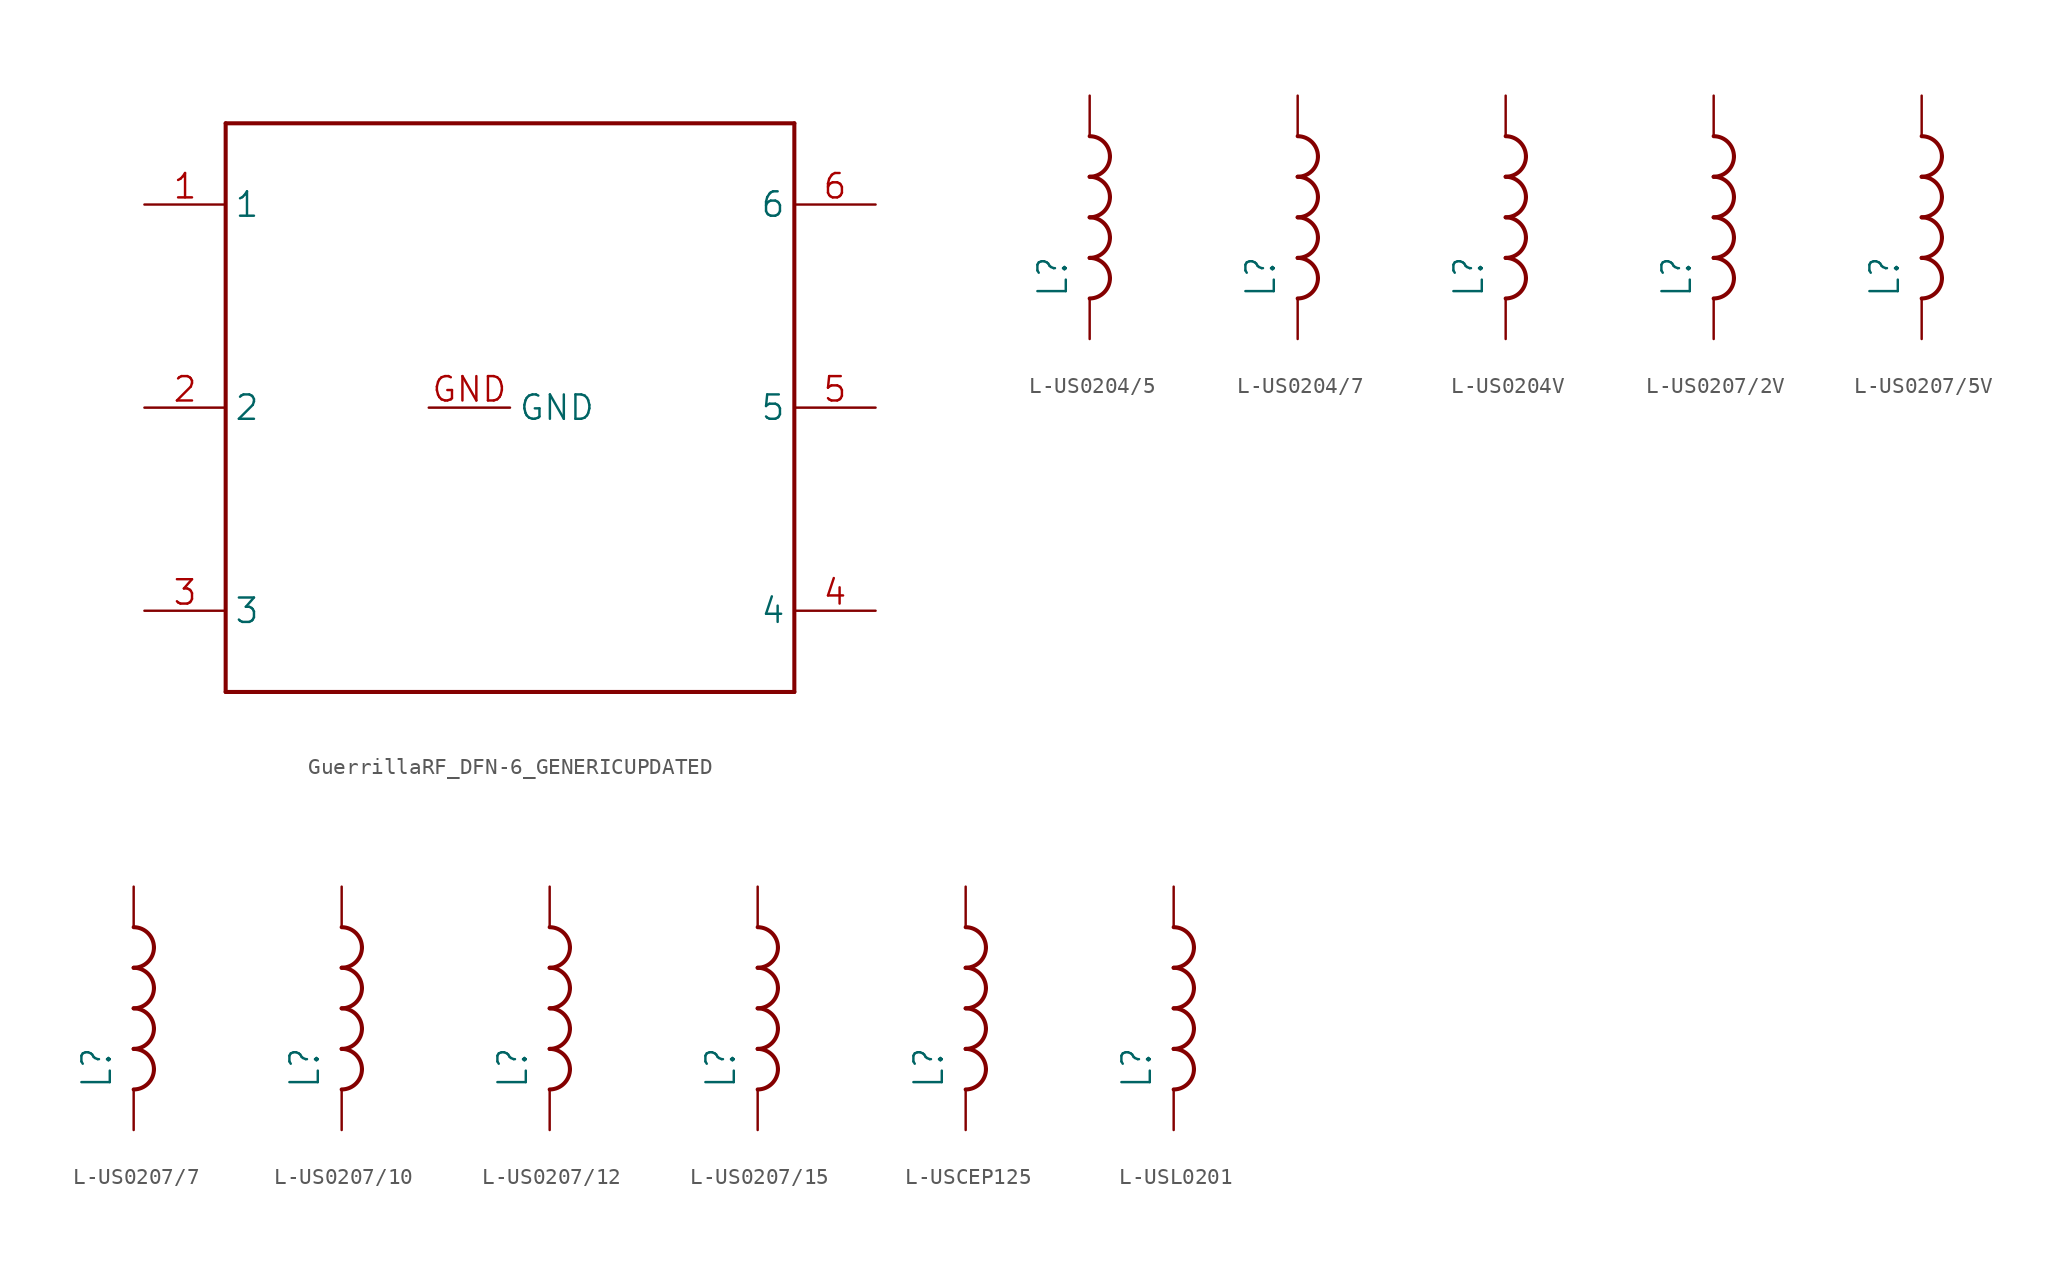
<source format=kicad_sym>
(kicad_symbol_lib
  (version 20241209)
  (generator "kicad_symbol_editor")
  (generator_version "9.0")
  (symbol "GuerrillaRF_DFN-6_GENERICUPDATED"
    (property "Reference" ""
      (at 0 0 0)
      (effects (font (size 1.27 1.27)) (hide yes)))
    (property "ki_locked" ""
      (at 0 0 0)
      (effects (font (size 1.27 1.27))))
    (symbol "GuerrillaRF_DFN-6_GENERICUPDATED_1_0"
      (polyline (pts (xy -17.78 17.78) (xy -17.78 -17.78)) (stroke (width 0.254) (type solid)) (fill (type none)))
      (polyline (pts (xy -17.78 -17.78) (xy 17.78 -17.78)) (stroke (width 0.254) (type solid)) (fill (type none)))
      (polyline (pts (xy 17.78 17.78) (xy -17.78 17.78)) (stroke (width 0.254) (type solid)) (fill (type none)))
      (polyline (pts (xy 17.78 -17.78) (xy 17.78 17.78)) (stroke (width 0.254) (type solid)) (fill (type none)))
      (pin bidirectional line (at -22.86 12.7 0) (length 5.08) (name "1" (effects (font (size 1.524 1.524)))) (number "1" (effects (font (size 1.524 1.524)))))
      (pin bidirectional line (at -22.86 0 0) (length 5.08) (name "2" (effects (font (size 1.524 1.524)))) (number "2" (effects (font (size 1.524 1.524)))))
      (pin bidirectional line (at -22.86 -12.7 0) (length 5.08) (name "3" (effects (font (size 1.524 1.524)))) (number "3" (effects (font (size 1.524 1.524)))))
      (pin bidirectional line (at -5.08 0 0) (length 5.08) (name "GND" (effects (font (size 1.524 1.524)))) (number "GND" (effects (font (size 1.524 1.524)))))
      (pin bidirectional line (at 22.86 12.7 180) (length 5.08) (name "6" (effects (font (size 1.524 1.524)))) (number "6" (effects (font (size 1.524 1.524)))))
      (pin bidirectional line (at 22.86 0 180) (length 5.08) (name "5" (effects (font (size 1.524 1.524)))) (number "5" (effects (font (size 1.524 1.524)))))
      (pin bidirectional line (at 22.86 -12.7 180) (length 5.08) (name "4" (effects (font (size 1.524 1.524)))) (number "4" (effects (font (size 1.524 1.524)))))))
  (symbol "L-US0204/5"
    (property "Reference" "L"
      (at -1.27 -5.08 90)
      (effects (font (size 1.778 1.511)) (justify left bottom)))
    (property "Value" ""
      (at 3.81 -5.08 90)
      (effects (font (size 1.778 1.511)) (justify left bottom)))
    (property "ki_locked" ""
      (at 0 0 0)
      (effects (font (size 1.27 1.27))))
    (symbol "L-US0204/5_1_0"
      (arc (start 1.27 3.81) (mid 0.898 2.912) (end 0 2.54) (stroke (width 0.254) (type solid)) (fill (type none)))
      (arc (start 0 5.08) (mid 0.898 4.708) (end 1.27 3.81) (stroke (width 0.254) (type solid)) (fill (type none)))
      (arc (start 1.27 1.27) (mid 0.898 0.372) (end 0 0) (stroke (width 0.254) (type solid)) (fill (type none)))
      (arc (start 0 2.54) (mid 0.898 2.168) (end 1.27 1.27) (stroke (width 0.254) (type solid)) (fill (type none)))
      (arc (start 1.27 -1.27) (mid 0.898 -2.168) (end 0 -2.54) (stroke (width 0.254) (type solid)) (fill (type none)))
      (arc (start 0 0) (mid 0.898 -0.372) (end 1.27 -1.27) (stroke (width 0.254) (type solid)) (fill (type none)))
      (arc (start 1.27 -3.81) (mid 0.898 -4.708) (end 0 -5.08) (stroke (width 0.254) (type solid)) (fill (type none)))
      (arc (start 0 -2.54) (mid 0.898 -2.912) (end 1.27 -3.81) (stroke (width 0.254) (type solid)) (fill (type none)))
      (pin passive line (at 0 7.62 270) (length 2.54) (name "1" (effects (font (size 0 0)))) (number "1" (effects (font (size 0 0)))))
      (pin passive line (at 0 -7.62 90) (length 2.54) (name "2" (effects (font (size 0 0)))) (number "2" (effects (font (size 0 0)))))))
  (symbol "L-US0204/7"
    (property "Reference" "L"
      (at -1.27 -5.08 90)
      (effects (font (size 1.778 1.511)) (justify left bottom)))
    (property "Value" ""
      (at 3.81 -5.08 90)
      (effects (font (size 1.778 1.511)) (justify left bottom)))
    (property "ki_locked" ""
      (at 0 0 0)
      (effects (font (size 1.27 1.27))))
    (symbol "L-US0204/7_1_0"
      (arc (start 1.27 3.81) (mid 0.898 2.912) (end 0 2.54) (stroke (width 0.254) (type solid)) (fill (type none)))
      (arc (start 0 5.08) (mid 0.898 4.708) (end 1.27 3.81) (stroke (width 0.254) (type solid)) (fill (type none)))
      (arc (start 1.27 1.27) (mid 0.898 0.372) (end 0 0) (stroke (width 0.254) (type solid)) (fill (type none)))
      (arc (start 0 2.54) (mid 0.898 2.168) (end 1.27 1.27) (stroke (width 0.254) (type solid)) (fill (type none)))
      (arc (start 1.27 -1.27) (mid 0.898 -2.168) (end 0 -2.54) (stroke (width 0.254) (type solid)) (fill (type none)))
      (arc (start 0 0) (mid 0.898 -0.372) (end 1.27 -1.27) (stroke (width 0.254) (type solid)) (fill (type none)))
      (arc (start 1.27 -3.81) (mid 0.898 -4.708) (end 0 -5.08) (stroke (width 0.254) (type solid)) (fill (type none)))
      (arc (start 0 -2.54) (mid 0.898 -2.912) (end 1.27 -3.81) (stroke (width 0.254) (type solid)) (fill (type none)))
      (pin passive line (at 0 7.62 270) (length 2.54) (name "1" (effects (font (size 0 0)))) (number "1" (effects (font (size 0 0)))))
      (pin passive line (at 0 -7.62 90) (length 2.54) (name "2" (effects (font (size 0 0)))) (number "2" (effects (font (size 0 0)))))))
  (symbol "L-US0204V"
    (property "Reference" "L"
      (at -1.27 -5.08 90)
      (effects (font (size 1.778 1.511)) (justify left bottom)))
    (property "Value" ""
      (at 3.81 -5.08 90)
      (effects (font (size 1.778 1.511)) (justify left bottom)))
    (property "ki_locked" ""
      (at 0 0 0)
      (effects (font (size 1.27 1.27))))
    (symbol "L-US0204V_1_0"
      (arc (start 1.27 3.81) (mid 0.898 2.912) (end 0 2.54) (stroke (width 0.254) (type solid)) (fill (type none)))
      (arc (start 0 5.08) (mid 0.898 4.708) (end 1.27 3.81) (stroke (width 0.254) (type solid)) (fill (type none)))
      (arc (start 1.27 1.27) (mid 0.898 0.372) (end 0 0) (stroke (width 0.254) (type solid)) (fill (type none)))
      (arc (start 0 2.54) (mid 0.898 2.168) (end 1.27 1.27) (stroke (width 0.254) (type solid)) (fill (type none)))
      (arc (start 1.27 -1.27) (mid 0.898 -2.168) (end 0 -2.54) (stroke (width 0.254) (type solid)) (fill (type none)))
      (arc (start 0 0) (mid 0.898 -0.372) (end 1.27 -1.27) (stroke (width 0.254) (type solid)) (fill (type none)))
      (arc (start 1.27 -3.81) (mid 0.898 -4.708) (end 0 -5.08) (stroke (width 0.254) (type solid)) (fill (type none)))
      (arc (start 0 -2.54) (mid 0.898 -2.912) (end 1.27 -3.81) (stroke (width 0.254) (type solid)) (fill (type none)))
      (pin passive line (at 0 7.62 270) (length 2.54) (name "1" (effects (font (size 0 0)))) (number "1" (effects (font (size 0 0)))))
      (pin passive line (at 0 -7.62 90) (length 2.54) (name "2" (effects (font (size 0 0)))) (number "2" (effects (font (size 0 0)))))))
  (symbol "L-US0207/2V"
    (property "Reference" "L"
      (at -1.27 -5.08 90)
      (effects (font (size 1.778 1.511)) (justify left bottom)))
    (property "Value" ""
      (at 3.81 -5.08 90)
      (effects (font (size 1.778 1.511)) (justify left bottom)))
    (property "ki_locked" ""
      (at 0 0 0)
      (effects (font (size 1.27 1.27))))
    (symbol "L-US0207/2V_1_0"
      (arc (start 1.27 3.81) (mid 0.898 2.912) (end 0 2.54) (stroke (width 0.254) (type solid)) (fill (type none)))
      (arc (start 0 5.08) (mid 0.898 4.708) (end 1.27 3.81) (stroke (width 0.254) (type solid)) (fill (type none)))
      (arc (start 1.27 1.27) (mid 0.898 0.372) (end 0 0) (stroke (width 0.254) (type solid)) (fill (type none)))
      (arc (start 0 2.54) (mid 0.898 2.168) (end 1.27 1.27) (stroke (width 0.254) (type solid)) (fill (type none)))
      (arc (start 1.27 -1.27) (mid 0.898 -2.168) (end 0 -2.54) (stroke (width 0.254) (type solid)) (fill (type none)))
      (arc (start 0 0) (mid 0.898 -0.372) (end 1.27 -1.27) (stroke (width 0.254) (type solid)) (fill (type none)))
      (arc (start 1.27 -3.81) (mid 0.898 -4.708) (end 0 -5.08) (stroke (width 0.254) (type solid)) (fill (type none)))
      (arc (start 0 -2.54) (mid 0.898 -2.912) (end 1.27 -3.81) (stroke (width 0.254) (type solid)) (fill (type none)))
      (pin passive line (at 0 7.62 270) (length 2.54) (name "1" (effects (font (size 0 0)))) (number "1" (effects (font (size 0 0)))))
      (pin passive line (at 0 -7.62 90) (length 2.54) (name "2" (effects (font (size 0 0)))) (number "2" (effects (font (size 0 0)))))))
  (symbol "L-US0207/5V"
    (property "Reference" "L"
      (at -1.27 -5.08 90)
      (effects (font (size 1.778 1.511)) (justify left bottom)))
    (property "Value" ""
      (at 3.81 -5.08 90)
      (effects (font (size 1.778 1.511)) (justify left bottom)))
    (property "ki_locked" ""
      (at 0 0 0)
      (effects (font (size 1.27 1.27))))
    (symbol "L-US0207/5V_1_0"
      (arc (start 1.27 3.81) (mid 0.898 2.912) (end 0 2.54) (stroke (width 0.254) (type solid)) (fill (type none)))
      (arc (start 0 5.08) (mid 0.898 4.708) (end 1.27 3.81) (stroke (width 0.254) (type solid)) (fill (type none)))
      (arc (start 1.27 1.27) (mid 0.898 0.372) (end 0 0) (stroke (width 0.254) (type solid)) (fill (type none)))
      (arc (start 0 2.54) (mid 0.898 2.168) (end 1.27 1.27) (stroke (width 0.254) (type solid)) (fill (type none)))
      (arc (start 1.27 -1.27) (mid 0.898 -2.168) (end 0 -2.54) (stroke (width 0.254) (type solid)) (fill (type none)))
      (arc (start 0 0) (mid 0.898 -0.372) (end 1.27 -1.27) (stroke (width 0.254) (type solid)) (fill (type none)))
      (arc (start 1.27 -3.81) (mid 0.898 -4.708) (end 0 -5.08) (stroke (width 0.254) (type solid)) (fill (type none)))
      (arc (start 0 -2.54) (mid 0.898 -2.912) (end 1.27 -3.81) (stroke (width 0.254) (type solid)) (fill (type none)))
      (pin passive line (at 0 7.62 270) (length 2.54) (name "1" (effects (font (size 0 0)))) (number "1" (effects (font (size 0 0)))))
      (pin passive line (at 0 -7.62 90) (length 2.54) (name "2" (effects (font (size 0 0)))) (number "2" (effects (font (size 0 0)))))))
  (symbol "L-US0207/7"
    (property "Reference" "L"
      (at -1.27 -5.08 90)
      (effects (font (size 1.778 1.511)) (justify left bottom)))
    (property "Value" ""
      (at 3.81 -5.08 90)
      (effects (font (size 1.778 1.511)) (justify left bottom)))
    (property "ki_locked" ""
      (at 0 0 0)
      (effects (font (size 1.27 1.27))))
    (symbol "L-US0207/7_1_0"
      (arc (start 1.27 3.81) (mid 0.898 2.912) (end 0 2.54) (stroke (width 0.254) (type solid)) (fill (type none)))
      (arc (start 0 5.08) (mid 0.898 4.708) (end 1.27 3.81) (stroke (width 0.254) (type solid)) (fill (type none)))
      (arc (start 1.27 1.27) (mid 0.898 0.372) (end 0 0) (stroke (width 0.254) (type solid)) (fill (type none)))
      (arc (start 0 2.54) (mid 0.898 2.168) (end 1.27 1.27) (stroke (width 0.254) (type solid)) (fill (type none)))
      (arc (start 1.27 -1.27) (mid 0.898 -2.168) (end 0 -2.54) (stroke (width 0.254) (type solid)) (fill (type none)))
      (arc (start 0 0) (mid 0.898 -0.372) (end 1.27 -1.27) (stroke (width 0.254) (type solid)) (fill (type none)))
      (arc (start 1.27 -3.81) (mid 0.898 -4.708) (end 0 -5.08) (stroke (width 0.254) (type solid)) (fill (type none)))
      (arc (start 0 -2.54) (mid 0.898 -2.912) (end 1.27 -3.81) (stroke (width 0.254) (type solid)) (fill (type none)))
      (pin passive line (at 0 7.62 270) (length 2.54) (name "1" (effects (font (size 0 0)))) (number "1" (effects (font (size 0 0)))))
      (pin passive line (at 0 -7.62 90) (length 2.54) (name "2" (effects (font (size 0 0)))) (number "2" (effects (font (size 0 0)))))))
  (symbol "L-US0207/10"
    (property "Reference" "L"
      (at -1.27 -5.08 90)
      (effects (font (size 1.778 1.511)) (justify left bottom)))
    (property "Value" ""
      (at 3.81 -5.08 90)
      (effects (font (size 1.778 1.511)) (justify left bottom)))
    (property "ki_locked" ""
      (at 0 0 0)
      (effects (font (size 1.27 1.27))))
    (symbol "L-US0207/10_1_0"
      (arc (start 1.27 3.81) (mid 0.898 2.912) (end 0 2.54) (stroke (width 0.254) (type solid)) (fill (type none)))
      (arc (start 0 5.08) (mid 0.898 4.708) (end 1.27 3.81) (stroke (width 0.254) (type solid)) (fill (type none)))
      (arc (start 1.27 1.27) (mid 0.898 0.372) (end 0 0) (stroke (width 0.254) (type solid)) (fill (type none)))
      (arc (start 0 2.54) (mid 0.898 2.168) (end 1.27 1.27) (stroke (width 0.254) (type solid)) (fill (type none)))
      (arc (start 1.27 -1.27) (mid 0.898 -2.168) (end 0 -2.54) (stroke (width 0.254) (type solid)) (fill (type none)))
      (arc (start 0 0) (mid 0.898 -0.372) (end 1.27 -1.27) (stroke (width 0.254) (type solid)) (fill (type none)))
      (arc (start 1.27 -3.81) (mid 0.898 -4.708) (end 0 -5.08) (stroke (width 0.254) (type solid)) (fill (type none)))
      (arc (start 0 -2.54) (mid 0.898 -2.912) (end 1.27 -3.81) (stroke (width 0.254) (type solid)) (fill (type none)))
      (pin passive line (at 0 7.62 270) (length 2.54) (name "1" (effects (font (size 0 0)))) (number "1" (effects (font (size 0 0)))))
      (pin passive line (at 0 -7.62 90) (length 2.54) (name "2" (effects (font (size 0 0)))) (number "2" (effects (font (size 0 0)))))))
  (symbol "L-US0207/12"
    (property "Reference" "L"
      (at -1.27 -5.08 90)
      (effects (font (size 1.778 1.511)) (justify left bottom)))
    (property "Value" ""
      (at 3.81 -5.08 90)
      (effects (font (size 1.778 1.511)) (justify left bottom)))
    (property "ki_locked" ""
      (at 0 0 0)
      (effects (font (size 1.27 1.27))))
    (symbol "L-US0207/12_1_0"
      (arc (start 1.27 3.81) (mid 0.898 2.912) (end 0 2.54) (stroke (width 0.254) (type solid)) (fill (type none)))
      (arc (start 0 5.08) (mid 0.898 4.708) (end 1.27 3.81) (stroke (width 0.254) (type solid)) (fill (type none)))
      (arc (start 1.27 1.27) (mid 0.898 0.372) (end 0 0) (stroke (width 0.254) (type solid)) (fill (type none)))
      (arc (start 0 2.54) (mid 0.898 2.168) (end 1.27 1.27) (stroke (width 0.254) (type solid)) (fill (type none)))
      (arc (start 1.27 -1.27) (mid 0.898 -2.168) (end 0 -2.54) (stroke (width 0.254) (type solid)) (fill (type none)))
      (arc (start 0 0) (mid 0.898 -0.372) (end 1.27 -1.27) (stroke (width 0.254) (type solid)) (fill (type none)))
      (arc (start 1.27 -3.81) (mid 0.898 -4.708) (end 0 -5.08) (stroke (width 0.254) (type solid)) (fill (type none)))
      (arc (start 0 -2.54) (mid 0.898 -2.912) (end 1.27 -3.81) (stroke (width 0.254) (type solid)) (fill (type none)))
      (pin passive line (at 0 7.62 270) (length 2.54) (name "1" (effects (font (size 0 0)))) (number "1" (effects (font (size 0 0)))))
      (pin passive line (at 0 -7.62 90) (length 2.54) (name "2" (effects (font (size 0 0)))) (number "2" (effects (font (size 0 0)))))))
  (symbol "L-US0207/15"
    (property "Reference" "L"
      (at -1.27 -5.08 90)
      (effects (font (size 1.778 1.511)) (justify left bottom)))
    (property "Value" ""
      (at 3.81 -5.08 90)
      (effects (font (size 1.778 1.511)) (justify left bottom)))
    (property "ki_locked" ""
      (at 0 0 0)
      (effects (font (size 1.27 1.27))))
    (symbol "L-US0207/15_1_0"
      (arc (start 1.27 3.81) (mid 0.898 2.912) (end 0 2.54) (stroke (width 0.254) (type solid)) (fill (type none)))
      (arc (start 0 5.08) (mid 0.898 4.708) (end 1.27 3.81) (stroke (width 0.254) (type solid)) (fill (type none)))
      (arc (start 1.27 1.27) (mid 0.898 0.372) (end 0 0) (stroke (width 0.254) (type solid)) (fill (type none)))
      (arc (start 0 2.54) (mid 0.898 2.168) (end 1.27 1.27) (stroke (width 0.254) (type solid)) (fill (type none)))
      (arc (start 1.27 -1.27) (mid 0.898 -2.168) (end 0 -2.54) (stroke (width 0.254) (type solid)) (fill (type none)))
      (arc (start 0 0) (mid 0.898 -0.372) (end 1.27 -1.27) (stroke (width 0.254) (type solid)) (fill (type none)))
      (arc (start 1.27 -3.81) (mid 0.898 -4.708) (end 0 -5.08) (stroke (width 0.254) (type solid)) (fill (type none)))
      (arc (start 0 -2.54) (mid 0.898 -2.912) (end 1.27 -3.81) (stroke (width 0.254) (type solid)) (fill (type none)))
      (pin passive line (at 0 7.62 270) (length 2.54) (name "1" (effects (font (size 0 0)))) (number "1" (effects (font (size 0 0)))))
      (pin passive line (at 0 -7.62 90) (length 2.54) (name "2" (effects (font (size 0 0)))) (number "2" (effects (font (size 0 0)))))))
  (symbol "L-USCEP125"
    (property "Reference" "L"
      (at -1.27 -5.08 90)
      (effects (font (size 1.778 1.511)) (justify left bottom)))
    (property "Value" ""
      (at 3.81 -5.08 90)
      (effects (font (size 1.778 1.511)) (justify left bottom)))
    (property "ki_locked" ""
      (at 0 0 0)
      (effects (font (size 1.27 1.27))))
    (symbol "L-USCEP125_1_0"
      (arc (start 1.27 3.81) (mid 0.898 2.912) (end 0 2.54) (stroke (width 0.254) (type solid)) (fill (type none)))
      (arc (start 0 5.08) (mid 0.898 4.708) (end 1.27 3.81) (stroke (width 0.254) (type solid)) (fill (type none)))
      (arc (start 1.27 1.27) (mid 0.898 0.372) (end 0 0) (stroke (width 0.254) (type solid)) (fill (type none)))
      (arc (start 0 2.54) (mid 0.898 2.168) (end 1.27 1.27) (stroke (width 0.254) (type solid)) (fill (type none)))
      (arc (start 1.27 -1.27) (mid 0.898 -2.168) (end 0 -2.54) (stroke (width 0.254) (type solid)) (fill (type none)))
      (arc (start 0 0) (mid 0.898 -0.372) (end 1.27 -1.27) (stroke (width 0.254) (type solid)) (fill (type none)))
      (arc (start 1.27 -3.81) (mid 0.898 -4.708) (end 0 -5.08) (stroke (width 0.254) (type solid)) (fill (type none)))
      (arc (start 0 -2.54) (mid 0.898 -2.912) (end 1.27 -3.81) (stroke (width 0.254) (type solid)) (fill (type none)))
      (pin passive line (at 0 7.62 270) (length 2.54) (name "1" (effects (font (size 0 0)))) (number "1" (effects (font (size 0 0)))))
      (pin passive line (at 0 -7.62 90) (length 2.54) (name "2" (effects (font (size 0 0)))) (number "2" (effects (font (size 0 0)))))))
  (symbol "L-USL0201"
    (property "Reference" "L"
      (at -1.27 -5.08 90)
      (effects (font (size 1.778 1.511)) (justify left bottom)))
    (property "Value" ""
      (at 3.81 -5.08 90)
      (effects (font (size 1.778 1.511)) (justify left bottom)))
    (property "ki_locked" ""
      (at 0 0 0)
      (effects (font (size 1.27 1.27))))
    (symbol "L-USL0201_1_0"
      (arc (start 1.27 3.81) (mid 0.898 2.912) (end 0 2.54) (stroke (width 0.254) (type solid)) (fill (type none)))
      (arc (start 0 5.08) (mid 0.898 4.708) (end 1.27 3.81) (stroke (width 0.254) (type solid)) (fill (type none)))
      (arc (start 1.27 1.27) (mid 0.898 0.372) (end 0 0) (stroke (width 0.254) (type solid)) (fill (type none)))
      (arc (start 0 2.54) (mid 0.898 2.168) (end 1.27 1.27) (stroke (width 0.254) (type solid)) (fill (type none)))
      (arc (start 1.27 -1.27) (mid 0.898 -2.168) (end 0 -2.54) (stroke (width 0.254) (type solid)) (fill (type none)))
      (arc (start 0 0) (mid 0.898 -0.372) (end 1.27 -1.27) (stroke (width 0.254) (type solid)) (fill (type none)))
      (arc (start 1.27 -3.81) (mid 0.898 -4.708) (end 0 -5.08) (stroke (width 0.254) (type solid)) (fill (type none)))
      (arc (start 0 -2.54) (mid 0.898 -2.912) (end 1.27 -3.81) (stroke (width 0.254) (type solid)) (fill (type none)))
      (pin passive line (at 0 7.62 270) (length 2.54) (name "1" (effects (font (size 0 0)))) (number "1" (effects (font (size 0 0)))))
      (pin passive line (at 0 -7.62 90) (length 2.54) (name "2" (effects (font (size 0 0)))) (number "2" (effects (font (size 0 0))))))))
</source>
